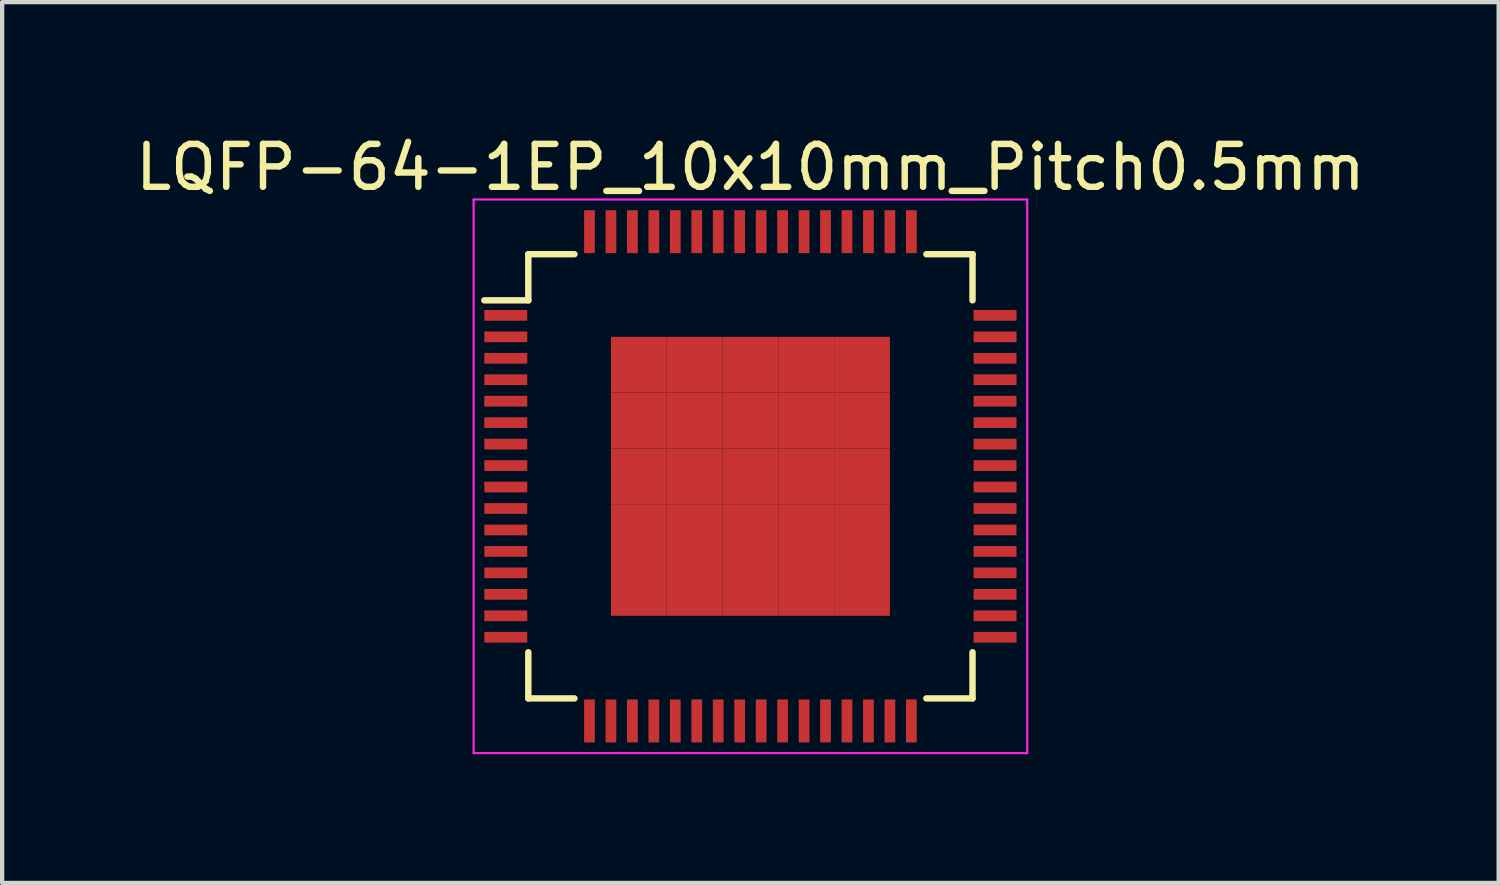
<source format=kicad_pcb>
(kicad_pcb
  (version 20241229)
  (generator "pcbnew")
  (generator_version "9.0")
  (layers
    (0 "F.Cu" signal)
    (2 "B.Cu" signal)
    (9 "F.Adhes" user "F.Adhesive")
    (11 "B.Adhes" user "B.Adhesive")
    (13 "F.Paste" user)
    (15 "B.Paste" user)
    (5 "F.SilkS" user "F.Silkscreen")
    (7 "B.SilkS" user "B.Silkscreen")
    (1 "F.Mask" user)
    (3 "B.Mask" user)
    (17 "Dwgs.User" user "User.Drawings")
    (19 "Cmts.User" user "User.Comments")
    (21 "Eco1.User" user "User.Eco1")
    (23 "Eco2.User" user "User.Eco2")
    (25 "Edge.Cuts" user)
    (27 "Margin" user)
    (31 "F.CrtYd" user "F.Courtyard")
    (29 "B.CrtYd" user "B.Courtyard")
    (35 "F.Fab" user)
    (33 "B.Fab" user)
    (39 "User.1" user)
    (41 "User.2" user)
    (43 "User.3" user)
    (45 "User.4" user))
  (footprint "LQFP-64-1EP_10x10mm_Pitch0.5mm"
    (layer "F.Cu")
    (at 14.435 8.048)
    (property "Reference" "LQFP-64-1EP_10x10mm_Pitch0.5mm" (at 0 -7.2 0) (layer "F.SilkS") (effects (font (size 1 1) (thickness 0.15))))
    (attr smd)
    (fp_line (start -5.175 -5.175) (end -5.175 -4.1) (stroke (width 0.15) (type solid)) (layer "F.SilkS"))
    (fp_line (start -5.175 -5.175) (end -4.1 -5.175) (stroke (width 0.15) (type solid)) (layer "F.SilkS"))
    (fp_line (start -5.175 -4.1) (end -6.2 -4.1) (stroke (width 0.15) (type solid)) (layer "F.SilkS"))
    (fp_line (start -5.175 5.175) (end -5.175 4.1) (stroke (width 0.15) (type solid)) (layer "F.SilkS"))
    (fp_line (start -5.175 5.175) (end -4.1 5.175) (stroke (width 0.15) (type solid)) (layer "F.SilkS"))
    (fp_line (start 5.175 -5.175) (end 4.1 -5.175) (stroke (width 0.15) (type solid)) (layer "F.SilkS"))
    (fp_line (start 5.175 -5.175) (end 5.175 -4.1) (stroke (width 0.15) (type solid)) (layer "F.SilkS"))
    (fp_line (start 5.175 5.175) (end 4.1 5.175) (stroke (width 0.15) (type solid)) (layer "F.SilkS"))
    (fp_line (start 5.175 5.175) (end 5.175 4.1) (stroke (width 0.15) (type solid)) (layer "F.SilkS"))
    (fp_line (start -6.45 -6.45) (end -6.45 6.45) (stroke (width 0.05) (type solid)) (layer "F.CrtYd"))
    (fp_line (start -6.45 -6.45) (end 6.45 -6.45) (stroke (width 0.05) (type solid)) (layer "F.CrtYd"))
    (fp_line (start -6.45 6.45) (end 6.45 6.45) (stroke (width 0.05) (type solid)) (layer "F.CrtYd"))
    (fp_line (start 6.45 -6.45) (end 6.45 6.45) (stroke (width 0.05) (type solid)) (layer "F.CrtYd"))
    (pad "1" smd rect (at -5.7 -3.75) (size 1 0.25) (layers "F.Cu" "F.Mask" "F.Paste"))
    (pad "2" smd rect (at -5.7 -3.25) (size 1 0.25) (layers "F.Cu" "F.Mask" "F.Paste"))
    (pad "3" smd rect (at -5.7 -2.75) (size 1 0.25) (layers "F.Cu" "F.Mask" "F.Paste"))
    (pad "4" smd rect (at -5.7 -2.25) (size 1 0.25) (layers "F.Cu" "F.Mask" "F.Paste"))
    (pad "5" smd rect (at -5.7 -1.75) (size 1 0.25) (layers "F.Cu" "F.Mask" "F.Paste"))
    (pad "6" smd rect (at -5.7 -1.25) (size 1 0.25) (layers "F.Cu" "F.Mask" "F.Paste"))
    (pad "7" smd rect (at -5.7 -0.75) (size 1 0.25) (layers "F.Cu" "F.Mask" "F.Paste"))
    (pad "8" smd rect (at -5.7 -0.25) (size 1 0.25) (layers "F.Cu" "F.Mask" "F.Paste"))
    (pad "9" smd rect (at -5.7 0.25) (size 1 0.25) (layers "F.Cu" "F.Mask" "F.Paste"))
    (pad "10" smd rect (at -5.7 0.75) (size 1 0.25) (layers "F.Cu" "F.Mask" "F.Paste"))
    (pad "11" smd rect (at -5.7 1.25) (size 1 0.25) (layers "F.Cu" "F.Mask" "F.Paste"))
    (pad "12" smd rect (at -5.7 1.75) (size 1 0.25) (layers "F.Cu" "F.Mask" "F.Paste"))
    (pad "13" smd rect (at -5.7 2.25) (size 1 0.25) (layers "F.Cu" "F.Mask" "F.Paste"))
    (pad "14" smd rect (at -5.7 2.75) (size 1 0.25) (layers "F.Cu" "F.Mask" "F.Paste"))
    (pad "15" smd rect (at -5.7 3.25) (size 1 0.25) (layers "F.Cu" "F.Mask" "F.Paste"))
    (pad "16" smd rect (at -5.7 3.75) (size 1 0.25) (layers "F.Cu" "F.Mask" "F.Paste"))
    (pad "17" smd rect (at -3.75 5.7 90) (size 1 0.25) (layers "F.Cu" "F.Mask" "F.Paste"))
    (pad "18" smd rect (at -3.25 5.7 90) (size 1 0.25) (layers "F.Cu" "F.Mask" "F.Paste"))
    (pad "19" smd rect (at -2.75 5.7 90) (size 1 0.25) (layers "F.Cu" "F.Mask" "F.Paste"))
    (pad "20" smd rect (at -2.25 5.7 90) (size 1 0.25) (layers "F.Cu" "F.Mask" "F.Paste"))
    (pad "21" smd rect (at -1.75 5.7 90) (size 1 0.25) (layers "F.Cu" "F.Mask" "F.Paste"))
    (pad "22" smd rect (at -1.25 5.7 90) (size 1 0.25) (layers "F.Cu" "F.Mask" "F.Paste"))
    (pad "23" smd rect (at -0.75 5.7 90) (size 1 0.25) (layers "F.Cu" "F.Mask" "F.Paste"))
    (pad "24" smd rect (at -0.25 5.7 90) (size 1 0.25) (layers "F.Cu" "F.Mask" "F.Paste"))
    (pad "25" smd rect (at 0.25 5.7 90) (size 1 0.25) (layers "F.Cu" "F.Mask" "F.Paste"))
    (pad "26" smd rect (at 0.75 5.7 90) (size 1 0.25) (layers "F.Cu" "F.Mask" "F.Paste"))
    (pad "27" smd rect (at 1.25 5.7 90) (size 1 0.25) (layers "F.Cu" "F.Mask" "F.Paste"))
    (pad "28" smd rect (at 1.75 5.7 90) (size 1 0.25) (layers "F.Cu" "F.Mask" "F.Paste"))
    (pad "29" smd rect (at 2.25 5.7 90) (size 1 0.25) (layers "F.Cu" "F.Mask" "F.Paste"))
    (pad "30" smd rect (at 2.75 5.7 90) (size 1 0.25) (layers "F.Cu" "F.Mask" "F.Paste"))
    (pad "31" smd rect (at 3.25 5.7 90) (size 1 0.25) (layers "F.Cu" "F.Mask" "F.Paste"))
    (pad "32" smd rect (at 3.75 5.7 90) (size 1 0.25) (layers "F.Cu" "F.Mask" "F.Paste"))
    (pad "33" smd rect (at 5.7 3.75) (size 1 0.25) (layers "F.Cu" "F.Mask" "F.Paste"))
    (pad "34" smd rect (at 5.7 3.25) (size 1 0.25) (layers "F.Cu" "F.Mask" "F.Paste"))
    (pad "35" smd rect (at 5.7 2.75) (size 1 0.25) (layers "F.Cu" "F.Mask" "F.Paste"))
    (pad "36" smd rect (at 5.7 2.25) (size 1 0.25) (layers "F.Cu" "F.Mask" "F.Paste"))
    (pad "37" smd rect (at 5.7 1.75) (size 1 0.25) (layers "F.Cu" "F.Mask" "F.Paste"))
    (pad "38" smd rect (at 5.7 1.25) (size 1 0.25) (layers "F.Cu" "F.Mask" "F.Paste"))
    (pad "39" smd rect (at 5.7 0.75) (size 1 0.25) (layers "F.Cu" "F.Mask" "F.Paste"))
    (pad "40" smd rect (at 5.7 0.25) (size 1 0.25) (layers "F.Cu" "F.Mask" "F.Paste"))
    (pad "41" smd rect (at 5.7 -0.25) (size 1 0.25) (layers "F.Cu" "F.Mask" "F.Paste"))
    (pad "42" smd rect (at 5.7 -0.75) (size 1 0.25) (layers "F.Cu" "F.Mask" "F.Paste"))
    (pad "43" smd rect (at 5.7 -1.25) (size 1 0.25) (layers "F.Cu" "F.Mask" "F.Paste"))
    (pad "44" smd rect (at 5.7 -1.75) (size 1 0.25) (layers "F.Cu" "F.Mask" "F.Paste"))
    (pad "45" smd rect (at 5.7 -2.25) (size 1 0.25) (layers "F.Cu" "F.Mask" "F.Paste"))
    (pad "46" smd rect (at 5.7 -2.75) (size 1 0.25) (layers "F.Cu" "F.Mask" "F.Paste"))
    (pad "47" smd rect (at 5.7 -3.25) (size 1 0.25) (layers "F.Cu" "F.Mask" "F.Paste"))
    (pad "48" smd rect (at 5.7 -3.75) (size 1 0.25) (layers "F.Cu" "F.Mask" "F.Paste"))
    (pad "49" smd rect (at 3.75 -5.7 90) (size 1 0.25) (layers "F.Cu" "F.Mask" "F.Paste"))
    (pad "50" smd rect (at 3.25 -5.7 90) (size 1 0.25) (layers "F.Cu" "F.Mask" "F.Paste"))
    (pad "51" smd rect (at 2.75 -5.7 90) (size 1 0.25) (layers "F.Cu" "F.Mask" "F.Paste"))
    (pad "52" smd rect (at 2.25 -5.7 90) (size 1 0.25) (layers "F.Cu" "F.Mask" "F.Paste"))
    (pad "53" smd rect (at 1.75 -5.7 90) (size 1 0.25) (layers "F.Cu" "F.Mask" "F.Paste"))
    (pad "54" smd rect (at 1.25 -5.7 90) (size 1 0.25) (layers "F.Cu" "F.Mask" "F.Paste"))
    (pad "55" smd rect (at 0.75 -5.7 90) (size 1 0.25) (layers "F.Cu" "F.Mask" "F.Paste"))
    (pad "56" smd rect (at 0.25 -5.7 90) (size 1 0.25) (layers "F.Cu" "F.Mask" "F.Paste"))
    (pad "57" smd rect (at -0.25 -5.7 90) (size 1 0.25) (layers "F.Cu" "F.Mask" "F.Paste"))
    (pad "58" smd rect (at -0.75 -5.7 90) (size 1 0.25) (layers "F.Cu" "F.Mask" "F.Paste"))
    (pad "59" smd rect (at -1.25 -5.7 90) (size 1 0.25) (layers "F.Cu" "F.Mask" "F.Paste"))
    (pad "60" smd rect (at -1.75 -5.7 90) (size 1 0.25) (layers "F.Cu" "F.Mask" "F.Paste"))
    (pad "61" smd rect (at -2.25 -5.7 90) (size 1 0.25) (layers "F.Cu" "F.Mask" "F.Paste"))
    (pad "62" smd rect (at -2.75 -5.7 90) (size 1 0.25) (layers "F.Cu" "F.Mask" "F.Paste"))
    (pad "63" smd rect (at -3.25 -5.7 90) (size 1 0.25) (layers "F.Cu" "F.Mask" "F.Paste"))
    (pad "64" smd rect (at -3.75 -5.7 90) (size 1 0.25) (layers "F.Cu" "F.Mask" "F.Paste"))
    (pad "65" smd rect (at -2.6 -2.6) (size 1.3 1.3) (layers "F.Cu" "F.Mask" "F.Paste"))
    (pad "65" smd rect (at -2.6 -1.3) (size 1.3 1.3) (layers "F.Cu" "F.Mask" "F.Paste"))
    (pad "65" smd rect (at -2.6 0) (size 1.3 1.3) (layers "F.Cu" "F.Mask" "F.Paste"))
    (pad "65" smd rect (at -2.6 1.3) (size 1.3 1.3) (layers "F.Cu" "F.Mask" "F.Paste"))
    (pad "65" smd rect (at -2.6 2.6) (size 1.3 1.3) (layers "F.Cu" "F.Mask" "F.Paste"))
    (pad "65" smd rect (at -1.3 -2.6) (size 1.3 1.3) (layers "F.Cu" "F.Mask" "F.Paste"))
    (pad "65" smd rect (at -1.3 -1.3) (size 1.3 1.3) (layers "F.Cu" "F.Mask" "F.Paste"))
    (pad "65" smd rect (at -1.3 0) (size 1.3 1.3) (layers "F.Cu" "F.Mask" "F.Paste"))
    (pad "65" smd rect (at -1.3 1.3) (size 1.3 1.3) (layers "F.Cu" "F.Mask" "F.Paste"))
    (pad "65" smd rect (at -1.3 2.6) (size 1.3 1.3) (layers "F.Cu" "F.Mask" "F.Paste"))
    (pad "65" smd rect (at 0 -2.6) (size 1.3 1.3) (layers "F.Cu" "F.Mask" "F.Paste"))
    (pad "65" smd rect (at 0 -1.3) (size 1.3 1.3) (layers "F.Cu" "F.Mask" "F.Paste"))
    (pad "65" smd rect (at 0 0) (size 1.3 1.3) (layers "F.Cu" "F.Mask" "F.Paste"))
    (pad "65" smd rect (at 0 1.3) (size 1.3 1.3) (layers "F.Cu" "F.Mask" "F.Paste"))
    (pad "65" smd rect (at 0 2.6) (size 1.3 1.3) (layers "F.Cu" "F.Mask" "F.Paste"))
    (pad "65" smd rect (at 1.3 -2.6) (size 1.3 1.3) (layers "F.Cu" "F.Mask" "F.Paste"))
    (pad "65" smd rect (at 1.3 -1.3) (size 1.3 1.3) (layers "F.Cu" "F.Mask" "F.Paste"))
    (pad "65" smd rect (at 1.3 0) (size 1.3 1.3) (layers "F.Cu" "F.Mask" "F.Paste"))
    (pad "65" smd rect (at 1.3 1.3) (size 1.3 1.3) (layers "F.Cu" "F.Mask" "F.Paste"))
    (pad "65" smd rect (at 1.3 2.6) (size 1.3 1.3) (layers "F.Cu" "F.Mask" "F.Paste"))
    (pad "65" smd rect (at 2.6 -2.6) (size 1.3 1.3) (layers "F.Cu" "F.Mask" "F.Paste"))
    (pad "65" smd rect (at 2.6 -1.3) (size 1.3 1.3) (layers "F.Cu" "F.Mask" "F.Paste"))
    (pad "65" smd rect (at 2.6 0) (size 1.3 1.3) (layers "F.Cu" "F.Mask" "F.Paste"))
    (pad "65" smd rect (at 2.6 1.3) (size 1.3 1.3) (layers "F.Cu" "F.Mask" "F.Paste"))
    (pad "65" smd rect (at 2.6 2.6) (size 1.3 1.3) (layers "F.Cu" "F.Mask" "F.Paste")))
  (gr_rect
    (start -3 -3)
    (end 31.869 17.523)
    (stroke (width 0.1) (type default))
    (fill no)
    (layer "Edge.Cuts")))
</source>
